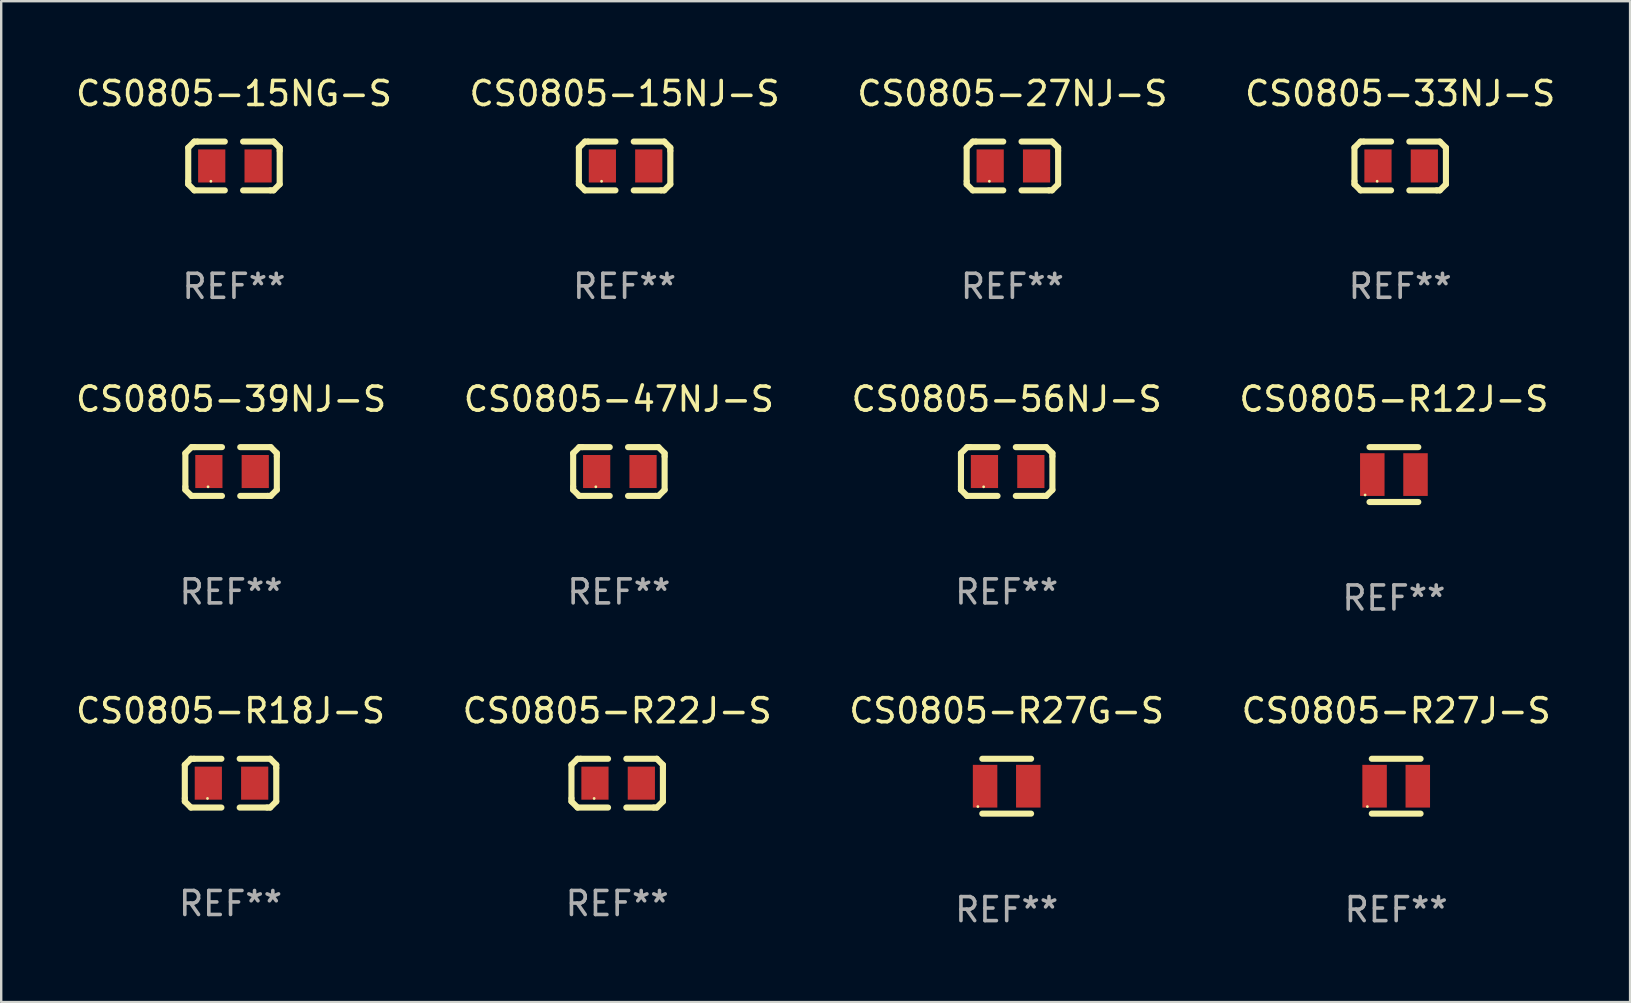
<source format=kicad_pcb>
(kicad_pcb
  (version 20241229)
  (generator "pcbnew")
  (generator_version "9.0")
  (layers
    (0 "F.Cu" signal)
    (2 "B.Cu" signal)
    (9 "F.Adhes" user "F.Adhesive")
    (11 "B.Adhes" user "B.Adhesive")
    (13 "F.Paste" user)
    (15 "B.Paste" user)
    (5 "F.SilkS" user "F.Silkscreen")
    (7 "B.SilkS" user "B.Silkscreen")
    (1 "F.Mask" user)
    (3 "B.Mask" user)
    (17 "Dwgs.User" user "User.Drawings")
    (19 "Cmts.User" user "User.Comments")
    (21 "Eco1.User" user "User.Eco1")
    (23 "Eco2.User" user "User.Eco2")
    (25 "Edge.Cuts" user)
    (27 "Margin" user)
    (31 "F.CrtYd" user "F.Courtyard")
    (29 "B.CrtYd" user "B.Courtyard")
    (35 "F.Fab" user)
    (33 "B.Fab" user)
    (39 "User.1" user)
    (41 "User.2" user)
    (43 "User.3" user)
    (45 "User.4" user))
  (footprint "CS0805-R27G-S"
    (layer "F.Cu")
    (at 38.887 29.702)
    (property "Reference" "CS0805-R27G-S" (at 0 -3.143 0) (layer "F.SilkS") (effects (font (size 1 1) (thickness 0.15))))
    (attr through_hole)
    (fp_line (start -1.016 -1.143) (end 1.016 -1.143) (stroke (width 0.254) (type solid)) (layer "F.SilkS"))
    (fp_line (start -1.016 1.143) (end 1.016 1.143) (stroke (width 0.254) (type solid)) (layer "F.SilkS"))
    (fp_circle (center -1.2 0.85) (end -1.17 0.85) (stroke (width 0.06) (type solid)) (fill no) (layer "F.SilkS"))
    (fp_text user "REF**" (at 0 5.143 0) (layer "F.Fab") (effects (font (size 1 1) (thickness 0.15))))
    (pad "1" smd rect (at -0.9 0) (size 1.02 1.78) (layers "F.Cu" "F.Mask" "F.Paste"))
    (pad "2" smd rect (at 0.9 0) (size 1.02 1.78) (layers "F.Cu" "F.Mask" "F.Paste")))
  (footprint "CS0805-15NJ-S"
    (layer "F.Cu")
    (at 22.97 3.864)
    (property "Reference" "CS0805-15NJ-S" (at 0 -3.016 0) (layer "F.SilkS") (effects (font (size 1 1) (thickness 0.15))))
    (attr through_hole)
    (fp_line (start -1.905 -0.762) (end -1.905 0.635) (stroke (width 0.254) (type solid)) (layer "F.SilkS"))
    (fp_line (start -1.905 0.635) (end -1.905 0.762) (stroke (width 0.254) (type solid)) (layer "F.SilkS"))
    (fp_line (start -1.905 0.762) (end -1.651 1.016) (stroke (width 0.254) (type solid)) (layer "F.SilkS"))
    (fp_line (start -1.651 -1.016) (end -1.905 -0.762) (stroke (width 0.254) (type solid)) (layer "F.SilkS"))
    (fp_line (start -1.651 1.016) (end -0.381 1.016) (stroke (width 0.254) (type solid)) (layer "F.SilkS"))
    (fp_line (start -1.524 -1.016) (end -1.651 -1.016) (stroke (width 0.254) (type solid)) (layer "F.SilkS"))
    (fp_line (start -0.381 -1.016) (end -1.524 -1.016) (stroke (width 0.254) (type solid)) (layer "F.SilkS"))
    (fp_line (start 0.381 1.016) (end 1.524 1.016) (stroke (width 0.254) (type solid)) (layer "F.SilkS"))
    (fp_line (start 1.524 1.016) (end 1.651 1.016) (stroke (width 0.254) (type solid)) (layer "F.SilkS"))
    (fp_line (start 1.651 -1.016) (end 0.381 -1.016) (stroke (width 0.254) (type solid)) (layer "F.SilkS"))
    (fp_line (start 1.651 1.016) (end 1.905 0.762) (stroke (width 0.254) (type solid)) (layer "F.SilkS"))
    (fp_line (start 1.905 -0.762) (end 1.651 -1.016) (stroke (width 0.254) (type solid)) (layer "F.SilkS"))
    (fp_line (start 1.905 -0.635) (end 1.905 -0.762) (stroke (width 0.254) (type solid)) (layer "F.SilkS"))
    (fp_line (start 1.905 0.762) (end 1.905 -0.635) (stroke (width 0.254) (type solid)) (layer "F.SilkS"))
    (fp_circle (center -0.96 0.637) (end -0.93 0.637) (stroke (width 0.06) (type solid)) (fill no) (layer "F.SilkS"))
    (fp_text user "REF**" (at 0 5.016 0) (layer "F.Fab") (effects (font (size 1 1) (thickness 0.15))))
    (pad "1" smd rect (at -0.926 -0.000051) (size 1.133 1.377) (layers "F.Cu" "F.Mask" "F.Paste"))
    (pad "2" smd rect (at 1.006 -0.000051) (size 1.133 1.377) (layers "F.Cu" "F.Mask" "F.Paste")))
  (footprint "CS0805-47NJ-S"
    (layer "F.Cu")
    (at 22.732 16.593)
    (property "Reference" "CS0805-47NJ-S" (at 0 -3.016 0) (layer "F.SilkS") (effects (font (size 1 1) (thickness 0.15))))
    (attr through_hole)
    (fp_line (start -1.905 -0.762) (end -1.905 0.635) (stroke (width 0.254) (type solid)) (layer "F.SilkS"))
    (fp_line (start -1.905 0.635) (end -1.905 0.762) (stroke (width 0.254) (type solid)) (layer "F.SilkS"))
    (fp_line (start -1.905 0.762) (end -1.651 1.016) (stroke (width 0.254) (type solid)) (layer "F.SilkS"))
    (fp_line (start -1.651 -1.016) (end -1.905 -0.762) (stroke (width 0.254) (type solid)) (layer "F.SilkS"))
    (fp_line (start -1.651 1.016) (end -0.381 1.016) (stroke (width 0.254) (type solid)) (layer "F.SilkS"))
    (fp_line (start -1.524 -1.016) (end -1.651 -1.016) (stroke (width 0.254) (type solid)) (layer "F.SilkS"))
    (fp_line (start -0.381 -1.016) (end -1.524 -1.016) (stroke (width 0.254) (type solid)) (layer "F.SilkS"))
    (fp_line (start 0.381 1.016) (end 1.524 1.016) (stroke (width 0.254) (type solid)) (layer "F.SilkS"))
    (fp_line (start 1.524 1.016) (end 1.651 1.016) (stroke (width 0.254) (type solid)) (layer "F.SilkS"))
    (fp_line (start 1.651 -1.016) (end 0.381 -1.016) (stroke (width 0.254) (type solid)) (layer "F.SilkS"))
    (fp_line (start 1.651 1.016) (end 1.905 0.762) (stroke (width 0.254) (type solid)) (layer "F.SilkS"))
    (fp_line (start 1.905 -0.762) (end 1.651 -1.016) (stroke (width 0.254) (type solid)) (layer "F.SilkS"))
    (fp_line (start 1.905 -0.635) (end 1.905 -0.762) (stroke (width 0.254) (type solid)) (layer "F.SilkS"))
    (fp_line (start 1.905 0.762) (end 1.905 -0.635) (stroke (width 0.254) (type solid)) (layer "F.SilkS"))
    (fp_circle (center -0.96 0.637) (end -0.93 0.637) (stroke (width 0.06) (type solid)) (fill no) (layer "F.SilkS"))
    (fp_text user "REF**" (at 0 5.016 0) (layer "F.Fab") (effects (font (size 1 1) (thickness 0.15))))
    (pad "1" smd rect (at -0.926 -0.000051) (size 1.133 1.377) (layers "F.Cu" "F.Mask" "F.Paste"))
    (pad "2" smd rect (at 1.006 -0.000051) (size 1.133 1.377) (layers "F.Cu" "F.Mask" "F.Paste")))
  (footprint "CS0805-33NJ-S"
    (layer "F.Cu")
    (at 55.28 3.864)
    (property "Reference" "CS0805-33NJ-S" (at 0 -3.016 0) (layer "F.SilkS") (effects (font (size 1 1) (thickness 0.15))))
    (attr through_hole)
    (fp_line (start -1.905 -0.762) (end -1.905 0.635) (stroke (width 0.254) (type solid)) (layer "F.SilkS"))
    (fp_line (start -1.905 0.635) (end -1.905 0.762) (stroke (width 0.254) (type solid)) (layer "F.SilkS"))
    (fp_line (start -1.905 0.762) (end -1.651 1.016) (stroke (width 0.254) (type solid)) (layer "F.SilkS"))
    (fp_line (start -1.651 -1.016) (end -1.905 -0.762) (stroke (width 0.254) (type solid)) (layer "F.SilkS"))
    (fp_line (start -1.651 1.016) (end -0.381 1.016) (stroke (width 0.254) (type solid)) (layer "F.SilkS"))
    (fp_line (start -1.524 -1.016) (end -1.651 -1.016) (stroke (width 0.254) (type solid)) (layer "F.SilkS"))
    (fp_line (start -0.381 -1.016) (end -1.524 -1.016) (stroke (width 0.254) (type solid)) (layer "F.SilkS"))
    (fp_line (start 0.381 1.016) (end 1.524 1.016) (stroke (width 0.254) (type solid)) (layer "F.SilkS"))
    (fp_line (start 1.524 1.016) (end 1.651 1.016) (stroke (width 0.254) (type solid)) (layer "F.SilkS"))
    (fp_line (start 1.651 -1.016) (end 0.381 -1.016) (stroke (width 0.254) (type solid)) (layer "F.SilkS"))
    (fp_line (start 1.651 1.016) (end 1.905 0.762) (stroke (width 0.254) (type solid)) (layer "F.SilkS"))
    (fp_line (start 1.905 -0.762) (end 1.651 -1.016) (stroke (width 0.254) (type solid)) (layer "F.SilkS"))
    (fp_line (start 1.905 -0.635) (end 1.905 -0.762) (stroke (width 0.254) (type solid)) (layer "F.SilkS"))
    (fp_line (start 1.905 0.762) (end 1.905 -0.635) (stroke (width 0.254) (type solid)) (layer "F.SilkS"))
    (fp_circle (center -0.96 0.637) (end -0.93 0.637) (stroke (width 0.06) (type solid)) (fill no) (layer "F.SilkS"))
    (fp_text user "REF**" (at 0 5.016 0) (layer "F.Fab") (effects (font (size 1 1) (thickness 0.15))))
    (pad "1" smd rect (at -0.926 -0.000051) (size 1.133 1.377) (layers "F.Cu" "F.Mask" "F.Paste"))
    (pad "2" smd rect (at 1.006 -0.000051) (size 1.133 1.377) (layers "F.Cu" "F.Mask" "F.Paste")))
  (footprint "CS0805-15NG-S"
    (layer "F.Cu")
    (at 6.696 3.864)
    (property "Reference" "CS0805-15NG-S" (at 0 -3.016 0) (layer "F.SilkS") (effects (font (size 1 1) (thickness 0.15))))
    (attr through_hole)
    (fp_line (start -1.905 -0.762) (end -1.905 0.635) (stroke (width 0.254) (type solid)) (layer "F.SilkS"))
    (fp_line (start -1.905 0.635) (end -1.905 0.762) (stroke (width 0.254) (type solid)) (layer "F.SilkS"))
    (fp_line (start -1.905 0.762) (end -1.651 1.016) (stroke (width 0.254) (type solid)) (layer "F.SilkS"))
    (fp_line (start -1.651 -1.016) (end -1.905 -0.762) (stroke (width 0.254) (type solid)) (layer "F.SilkS"))
    (fp_line (start -1.651 1.016) (end -0.381 1.016) (stroke (width 0.254) (type solid)) (layer "F.SilkS"))
    (fp_line (start -1.524 -1.016) (end -1.651 -1.016) (stroke (width 0.254) (type solid)) (layer "F.SilkS"))
    (fp_line (start -0.381 -1.016) (end -1.524 -1.016) (stroke (width 0.254) (type solid)) (layer "F.SilkS"))
    (fp_line (start 0.381 1.016) (end 1.524 1.016) (stroke (width 0.254) (type solid)) (layer "F.SilkS"))
    (fp_line (start 1.524 1.016) (end 1.651 1.016) (stroke (width 0.254) (type solid)) (layer "F.SilkS"))
    (fp_line (start 1.651 -1.016) (end 0.381 -1.016) (stroke (width 0.254) (type solid)) (layer "F.SilkS"))
    (fp_line (start 1.651 1.016) (end 1.905 0.762) (stroke (width 0.254) (type solid)) (layer "F.SilkS"))
    (fp_line (start 1.905 -0.762) (end 1.651 -1.016) (stroke (width 0.254) (type solid)) (layer "F.SilkS"))
    (fp_line (start 1.905 -0.635) (end 1.905 -0.762) (stroke (width 0.254) (type solid)) (layer "F.SilkS"))
    (fp_line (start 1.905 0.762) (end 1.905 -0.635) (stroke (width 0.254) (type solid)) (layer "F.SilkS"))
    (fp_circle (center -0.96 0.637) (end -0.93 0.637) (stroke (width 0.06) (type solid)) (fill no) (layer "F.SilkS"))
    (fp_text user "REF**" (at 0 5.016 0) (layer "F.Fab") (effects (font (size 1 1) (thickness 0.15))))
    (pad "1" smd rect (at -0.926 -0.000051) (size 1.133 1.377) (layers "F.Cu" "F.Mask" "F.Paste"))
    (pad "2" smd rect (at 1.006 -0.000051) (size 1.133 1.377) (layers "F.Cu" "F.Mask" "F.Paste")))
  (footprint "CS0805-R18J-S"
    (layer "F.Cu")
    (at 6.554 29.575)
    (property "Reference" "CS0805-R18J-S" (at 0 -3.016 0) (layer "F.SilkS") (effects (font (size 1 1) (thickness 0.15))))
    (attr through_hole)
    (fp_line (start -1.905 -0.762) (end -1.905 0.635) (stroke (width 0.254) (type solid)) (layer "F.SilkS"))
    (fp_line (start -1.905 0.635) (end -1.905 0.762) (stroke (width 0.254) (type solid)) (layer "F.SilkS"))
    (fp_line (start -1.905 0.762) (end -1.651 1.016) (stroke (width 0.254) (type solid)) (layer "F.SilkS"))
    (fp_line (start -1.651 -1.016) (end -1.905 -0.762) (stroke (width 0.254) (type solid)) (layer "F.SilkS"))
    (fp_line (start -1.651 1.016) (end -0.381 1.016) (stroke (width 0.254) (type solid)) (layer "F.SilkS"))
    (fp_line (start -1.524 -1.016) (end -1.651 -1.016) (stroke (width 0.254) (type solid)) (layer "F.SilkS"))
    (fp_line (start -0.381 -1.016) (end -1.524 -1.016) (stroke (width 0.254) (type solid)) (layer "F.SilkS"))
    (fp_line (start 0.381 1.016) (end 1.524 1.016) (stroke (width 0.254) (type solid)) (layer "F.SilkS"))
    (fp_line (start 1.524 1.016) (end 1.651 1.016) (stroke (width 0.254) (type solid)) (layer "F.SilkS"))
    (fp_line (start 1.651 -1.016) (end 0.381 -1.016) (stroke (width 0.254) (type solid)) (layer "F.SilkS"))
    (fp_line (start 1.651 1.016) (end 1.905 0.762) (stroke (width 0.254) (type solid)) (layer "F.SilkS"))
    (fp_line (start 1.905 -0.762) (end 1.651 -1.016) (stroke (width 0.254) (type solid)) (layer "F.SilkS"))
    (fp_line (start 1.905 -0.635) (end 1.905 -0.762) (stroke (width 0.254) (type solid)) (layer "F.SilkS"))
    (fp_line (start 1.905 0.762) (end 1.905 -0.635) (stroke (width 0.254) (type solid)) (layer "F.SilkS"))
    (fp_circle (center -0.96 0.637) (end -0.93 0.637) (stroke (width 0.06) (type solid)) (fill no) (layer "F.SilkS"))
    (fp_text user "REF**" (at 0 5.016 0) (layer "F.Fab") (effects (font (size 1 1) (thickness 0.15))))
    (pad "1" smd rect (at -0.926 -0.000051) (size 1.133 1.377) (layers "F.Cu" "F.Mask" "F.Paste"))
    (pad "2" smd rect (at 1.006 -0.000051) (size 1.133 1.377) (layers "F.Cu" "F.Mask" "F.Paste")))
  (footprint "CS0805-56NJ-S"
    (layer "F.Cu")
    (at 38.887 16.593)
    (property "Reference" "CS0805-56NJ-S" (at 0 -3.016 0) (layer "F.SilkS") (effects (font (size 1 1) (thickness 0.15))))
    (attr through_hole)
    (fp_line (start -1.905 -0.762) (end -1.905 0.635) (stroke (width 0.254) (type solid)) (layer "F.SilkS"))
    (fp_line (start -1.905 0.635) (end -1.905 0.762) (stroke (width 0.254) (type solid)) (layer "F.SilkS"))
    (fp_line (start -1.905 0.762) (end -1.651 1.016) (stroke (width 0.254) (type solid)) (layer "F.SilkS"))
    (fp_line (start -1.651 -1.016) (end -1.905 -0.762) (stroke (width 0.254) (type solid)) (layer "F.SilkS"))
    (fp_line (start -1.651 1.016) (end -0.381 1.016) (stroke (width 0.254) (type solid)) (layer "F.SilkS"))
    (fp_line (start -1.524 -1.016) (end -1.651 -1.016) (stroke (width 0.254) (type solid)) (layer "F.SilkS"))
    (fp_line (start -0.381 -1.016) (end -1.524 -1.016) (stroke (width 0.254) (type solid)) (layer "F.SilkS"))
    (fp_line (start 0.381 1.016) (end 1.524 1.016) (stroke (width 0.254) (type solid)) (layer "F.SilkS"))
    (fp_line (start 1.524 1.016) (end 1.651 1.016) (stroke (width 0.254) (type solid)) (layer "F.SilkS"))
    (fp_line (start 1.651 -1.016) (end 0.381 -1.016) (stroke (width 0.254) (type solid)) (layer "F.SilkS"))
    (fp_line (start 1.651 1.016) (end 1.905 0.762) (stroke (width 0.254) (type solid)) (layer "F.SilkS"))
    (fp_line (start 1.905 -0.762) (end 1.651 -1.016) (stroke (width 0.254) (type solid)) (layer "F.SilkS"))
    (fp_line (start 1.905 -0.635) (end 1.905 -0.762) (stroke (width 0.254) (type solid)) (layer "F.SilkS"))
    (fp_line (start 1.905 0.762) (end 1.905 -0.635) (stroke (width 0.254) (type solid)) (layer "F.SilkS"))
    (fp_circle (center -0.96 0.637) (end -0.93 0.637) (stroke (width 0.06) (type solid)) (fill no) (layer "F.SilkS"))
    (fp_text user "REF**" (at 0 5.016 0) (layer "F.Fab") (effects (font (size 1 1) (thickness 0.15))))
    (pad "1" smd rect (at -0.926 -0.000051) (size 1.133 1.377) (layers "F.Cu" "F.Mask" "F.Paste"))
    (pad "2" smd rect (at 1.006 -0.000051) (size 1.133 1.377) (layers "F.Cu" "F.Mask" "F.Paste")))
  (footprint "CS0805-R22J-S"
    (layer "F.Cu")
    (at 22.661 29.575)
    (property "Reference" "CS0805-R22J-S" (at 0 -3.016 0) (layer "F.SilkS") (effects (font (size 1 1) (thickness 0.15))))
    (attr through_hole)
    (fp_line (start -1.905 -0.762) (end -1.905 0.635) (stroke (width 0.254) (type solid)) (layer "F.SilkS"))
    (fp_line (start -1.905 0.635) (end -1.905 0.762) (stroke (width 0.254) (type solid)) (layer "F.SilkS"))
    (fp_line (start -1.905 0.762) (end -1.651 1.016) (stroke (width 0.254) (type solid)) (layer "F.SilkS"))
    (fp_line (start -1.651 -1.016) (end -1.905 -0.762) (stroke (width 0.254) (type solid)) (layer "F.SilkS"))
    (fp_line (start -1.651 1.016) (end -0.381 1.016) (stroke (width 0.254) (type solid)) (layer "F.SilkS"))
    (fp_line (start -1.524 -1.016) (end -1.651 -1.016) (stroke (width 0.254) (type solid)) (layer "F.SilkS"))
    (fp_line (start -0.381 -1.016) (end -1.524 -1.016) (stroke (width 0.254) (type solid)) (layer "F.SilkS"))
    (fp_line (start 0.381 1.016) (end 1.524 1.016) (stroke (width 0.254) (type solid)) (layer "F.SilkS"))
    (fp_line (start 1.524 1.016) (end 1.651 1.016) (stroke (width 0.254) (type solid)) (layer "F.SilkS"))
    (fp_line (start 1.651 -1.016) (end 0.381 -1.016) (stroke (width 0.254) (type solid)) (layer "F.SilkS"))
    (fp_line (start 1.651 1.016) (end 1.905 0.762) (stroke (width 0.254) (type solid)) (layer "F.SilkS"))
    (fp_line (start 1.905 -0.762) (end 1.651 -1.016) (stroke (width 0.254) (type solid)) (layer "F.SilkS"))
    (fp_line (start 1.905 -0.635) (end 1.905 -0.762) (stroke (width 0.254) (type solid)) (layer "F.SilkS"))
    (fp_line (start 1.905 0.762) (end 1.905 -0.635) (stroke (width 0.254) (type solid)) (layer "F.SilkS"))
    (fp_circle (center -0.96 0.637) (end -0.93 0.637) (stroke (width 0.06) (type solid)) (fill no) (layer "F.SilkS"))
    (fp_text user "REF**" (at 0 5.016 0) (layer "F.Fab") (effects (font (size 1 1) (thickness 0.15))))
    (pad "1" smd rect (at -0.926 -0.000051) (size 1.133 1.377) (layers "F.Cu" "F.Mask" "F.Paste"))
    (pad "2" smd rect (at 1.006 -0.000051) (size 1.133 1.377) (layers "F.Cu" "F.Mask" "F.Paste")))
  (footprint "CS0805-27NJ-S"
    (layer "F.Cu")
    (at 39.125 3.864)
    (property "Reference" "CS0805-27NJ-S" (at 0 -3.016 0) (layer "F.SilkS") (effects (font (size 1 1) (thickness 0.15))))
    (attr through_hole)
    (fp_line (start -1.905 -0.762) (end -1.905 0.635) (stroke (width 0.254) (type solid)) (layer "F.SilkS"))
    (fp_line (start -1.905 0.635) (end -1.905 0.762) (stroke (width 0.254) (type solid)) (layer "F.SilkS"))
    (fp_line (start -1.905 0.762) (end -1.651 1.016) (stroke (width 0.254) (type solid)) (layer "F.SilkS"))
    (fp_line (start -1.651 -1.016) (end -1.905 -0.762) (stroke (width 0.254) (type solid)) (layer "F.SilkS"))
    (fp_line (start -1.651 1.016) (end -0.381 1.016) (stroke (width 0.254) (type solid)) (layer "F.SilkS"))
    (fp_line (start -1.524 -1.016) (end -1.651 -1.016) (stroke (width 0.254) (type solid)) (layer "F.SilkS"))
    (fp_line (start -0.381 -1.016) (end -1.524 -1.016) (stroke (width 0.254) (type solid)) (layer "F.SilkS"))
    (fp_line (start 0.381 1.016) (end 1.524 1.016) (stroke (width 0.254) (type solid)) (layer "F.SilkS"))
    (fp_line (start 1.524 1.016) (end 1.651 1.016) (stroke (width 0.254) (type solid)) (layer "F.SilkS"))
    (fp_line (start 1.651 -1.016) (end 0.381 -1.016) (stroke (width 0.254) (type solid)) (layer "F.SilkS"))
    (fp_line (start 1.651 1.016) (end 1.905 0.762) (stroke (width 0.254) (type solid)) (layer "F.SilkS"))
    (fp_line (start 1.905 -0.762) (end 1.651 -1.016) (stroke (width 0.254) (type solid)) (layer "F.SilkS"))
    (fp_line (start 1.905 -0.635) (end 1.905 -0.762) (stroke (width 0.254) (type solid)) (layer "F.SilkS"))
    (fp_line (start 1.905 0.762) (end 1.905 -0.635) (stroke (width 0.254) (type solid)) (layer "F.SilkS"))
    (fp_circle (center -0.96 0.637) (end -0.93 0.637) (stroke (width 0.06) (type solid)) (fill no) (layer "F.SilkS"))
    (fp_text user "REF**" (at 0 5.016 0) (layer "F.Fab") (effects (font (size 1 1) (thickness 0.15))))
    (pad "1" smd rect (at -0.926 -0.000051) (size 1.133 1.377) (layers "F.Cu" "F.Mask" "F.Paste"))
    (pad "2" smd rect (at 1.006 -0.000051) (size 1.133 1.377) (layers "F.Cu" "F.Mask" "F.Paste")))
  (footprint "CS0805-R27J-S"
    (layer "F.Cu")
    (at 55.113 29.702)
    (property "Reference" "CS0805-R27J-S" (at 0 -3.143 0) (layer "F.SilkS") (effects (font (size 1 1) (thickness 0.15))))
    (attr through_hole)
    (fp_line (start -1.016 -1.143) (end 1.016 -1.143) (stroke (width 0.254) (type solid)) (layer "F.SilkS"))
    (fp_line (start -1.016 1.143) (end 1.016 1.143) (stroke (width 0.254) (type solid)) (layer "F.SilkS"))
    (fp_circle (center -1.2 0.85) (end -1.17 0.85) (stroke (width 0.06) (type solid)) (fill no) (layer "F.SilkS"))
    (fp_text user "REF**" (at 0 5.143 0) (layer "F.Fab") (effects (font (size 1 1) (thickness 0.15))))
    (pad "1" smd rect (at -0.9 0) (size 1.02 1.78) (layers "F.Cu" "F.Mask" "F.Paste"))
    (pad "2" smd rect (at 0.9 0) (size 1.02 1.78) (layers "F.Cu" "F.Mask" "F.Paste")))
  (footprint "CS0805-39NJ-S"
    (layer "F.Cu")
    (at 6.577 16.593)
    (property "Reference" "CS0805-39NJ-S" (at 0 -3.016 0) (layer "F.SilkS") (effects (font (size 1 1) (thickness 0.15))))
    (attr through_hole)
    (fp_line (start -1.905 -0.762) (end -1.905 0.635) (stroke (width 0.254) (type solid)) (layer "F.SilkS"))
    (fp_line (start -1.905 0.635) (end -1.905 0.762) (stroke (width 0.254) (type solid)) (layer "F.SilkS"))
    (fp_line (start -1.905 0.762) (end -1.651 1.016) (stroke (width 0.254) (type solid)) (layer "F.SilkS"))
    (fp_line (start -1.651 -1.016) (end -1.905 -0.762) (stroke (width 0.254) (type solid)) (layer "F.SilkS"))
    (fp_line (start -1.651 1.016) (end -0.381 1.016) (stroke (width 0.254) (type solid)) (layer "F.SilkS"))
    (fp_line (start -1.524 -1.016) (end -1.651 -1.016) (stroke (width 0.254) (type solid)) (layer "F.SilkS"))
    (fp_line (start -0.381 -1.016) (end -1.524 -1.016) (stroke (width 0.254) (type solid)) (layer "F.SilkS"))
    (fp_line (start 0.381 1.016) (end 1.524 1.016) (stroke (width 0.254) (type solid)) (layer "F.SilkS"))
    (fp_line (start 1.524 1.016) (end 1.651 1.016) (stroke (width 0.254) (type solid)) (layer "F.SilkS"))
    (fp_line (start 1.651 -1.016) (end 0.381 -1.016) (stroke (width 0.254) (type solid)) (layer "F.SilkS"))
    (fp_line (start 1.651 1.016) (end 1.905 0.762) (stroke (width 0.254) (type solid)) (layer "F.SilkS"))
    (fp_line (start 1.905 -0.762) (end 1.651 -1.016) (stroke (width 0.254) (type solid)) (layer "F.SilkS"))
    (fp_line (start 1.905 -0.635) (end 1.905 -0.762) (stroke (width 0.254) (type solid)) (layer "F.SilkS"))
    (fp_line (start 1.905 0.762) (end 1.905 -0.635) (stroke (width 0.254) (type solid)) (layer "F.SilkS"))
    (fp_circle (center -0.96 0.637) (end -0.93 0.637) (stroke (width 0.06) (type solid)) (fill no) (layer "F.SilkS"))
    (fp_text user "REF**" (at 0 5.016 0) (layer "F.Fab") (effects (font (size 1 1) (thickness 0.15))))
    (pad "1" smd rect (at -0.926 -0.000051) (size 1.133 1.377) (layers "F.Cu" "F.Mask" "F.Paste"))
    (pad "2" smd rect (at 1.006 -0.000051) (size 1.133 1.377) (layers "F.Cu" "F.Mask" "F.Paste")))
  (footprint "CS0805-R12J-S"
    (layer "F.Cu")
    (at 55.018 16.72)
    (property "Reference" "CS0805-R12J-S" (at 0 -3.143 0) (layer "F.SilkS") (effects (font (size 1 1) (thickness 0.15))))
    (attr through_hole)
    (fp_line (start -1.016 -1.143) (end 1.016 -1.143) (stroke (width 0.254) (type solid)) (layer "F.SilkS"))
    (fp_line (start -1.016 1.143) (end 1.016 1.143) (stroke (width 0.254) (type solid)) (layer "F.SilkS"))
    (fp_circle (center -1.2 0.85) (end -1.17 0.85) (stroke (width 0.06) (type solid)) (fill no) (layer "F.SilkS"))
    (fp_text user "REF**" (at 0 5.143 0) (layer "F.Fab") (effects (font (size 1 1) (thickness 0.15))))
    (pad "1" smd rect (at -0.9 0) (size 1.02 1.78) (layers "F.Cu" "F.Mask" "F.Paste"))
    (pad "2" smd rect (at 0.9 0) (size 1.02 1.78) (layers "F.Cu" "F.Mask" "F.Paste")))
  (gr_rect
    (start -3 -3)
    (end 64.857 38.694)
    (stroke (width 0.1) (type default))
    (fill no)
    (layer "Edge.Cuts")))
</source>
